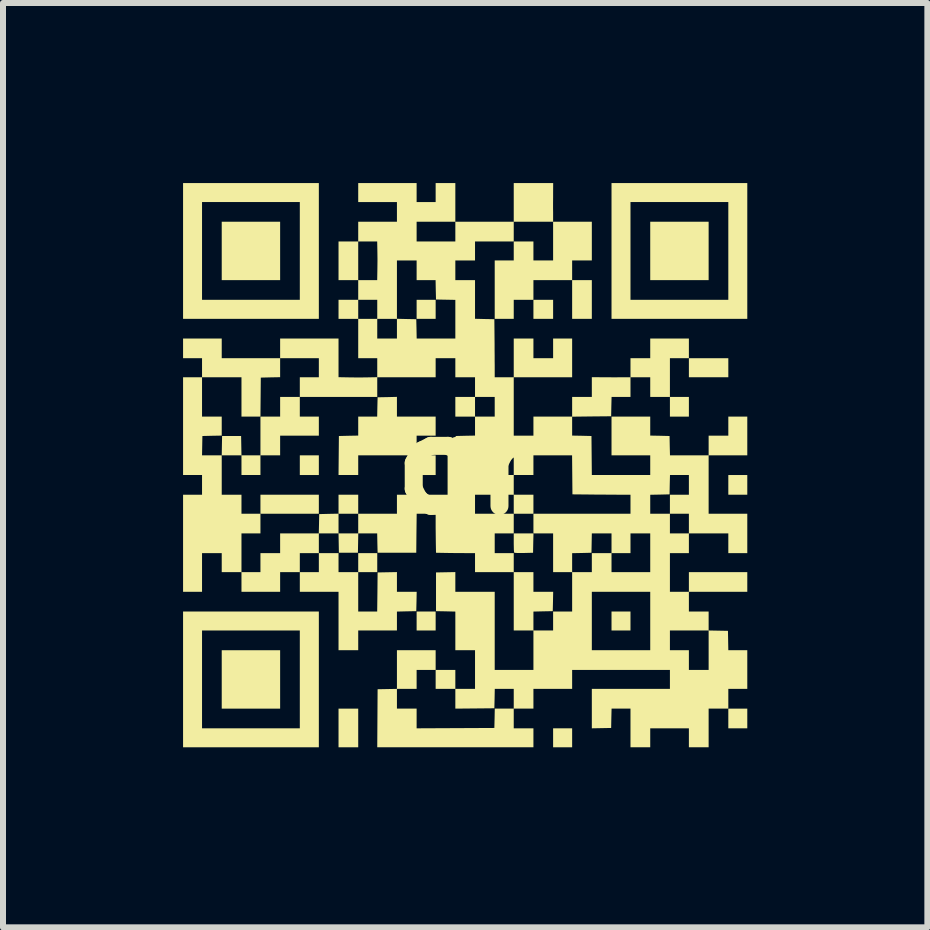
<source format=kicad_pcb>
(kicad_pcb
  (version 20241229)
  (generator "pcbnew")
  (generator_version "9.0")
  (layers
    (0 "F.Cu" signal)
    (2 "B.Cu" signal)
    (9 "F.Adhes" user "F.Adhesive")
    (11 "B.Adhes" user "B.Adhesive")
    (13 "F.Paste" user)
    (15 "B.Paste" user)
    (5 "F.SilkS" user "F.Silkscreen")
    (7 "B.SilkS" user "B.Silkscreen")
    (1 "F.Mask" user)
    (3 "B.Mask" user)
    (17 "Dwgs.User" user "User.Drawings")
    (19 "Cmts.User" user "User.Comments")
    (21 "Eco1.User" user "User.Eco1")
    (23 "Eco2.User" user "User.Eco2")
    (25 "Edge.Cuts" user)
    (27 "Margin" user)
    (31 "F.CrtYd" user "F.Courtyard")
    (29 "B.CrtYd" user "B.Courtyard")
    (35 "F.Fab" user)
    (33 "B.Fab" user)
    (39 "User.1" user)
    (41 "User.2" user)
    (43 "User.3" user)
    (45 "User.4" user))
  (footprint "qr"
    (layer "F.Cu")
    (at 4.7 4.7)
    (property "Reference" "qr" (at 0 0 0) (layer "F.SilkS") (effects (font (size 1.5 1.5) (thickness 0.3))))
    (attr board_only exclude_from_pos_files exclude_from_bom)
    (fp_poly (pts (xy -3.083 -3.569) (xy -3.083 -3.083) (xy -3.569 -3.083) (xy -4.056 -3.083) (xy -4.056 -3.569) (xy -4.056 -4.056) (xy -3.569 -4.056) (xy -3.083 -4.056)) (stroke (width 0) (type solid)) (fill yes) (layer "F.SilkS"))
    (fp_poly (pts (xy -3.083 3.569) (xy -3.083 4.056) (xy -3.569 4.056) (xy -4.056 4.056) (xy -4.056 3.569) (xy -4.056 3.083) (xy -3.569 3.083) (xy -3.083 3.083)) (stroke (width 0) (type solid)) (fill yes) (layer "F.SilkS"))
    (fp_poly (pts (xy -2.438 0) (xy -2.438 0.164) (xy -2.596 0.164) (xy -2.755 0.164) (xy -2.755 0) (xy -2.755 -0.164) (xy -2.596 -0.164) (xy -2.438 -0.164)) (stroke (width 0) (type solid)) (fill yes) (layer "F.SilkS"))
    (fp_poly (pts (xy -2.438 0.651) (xy -2.438 0.809) (xy -2.924 0.809) (xy -3.411 0.809) (xy -3.411 0.651) (xy -3.411 0.492) (xy -2.924 0.492) (xy -2.438 0.492)) (stroke (width 0) (type solid)) (fill yes) (layer "F.SilkS"))
    (fp_poly (pts (xy -1.782 0.651) (xy -1.782 0.809) (xy -1.946 0.809) (xy -2.11 0.809) (xy -2.11 0.651) (xy -2.11 0.492) (xy -1.946 0.492) (xy -1.782 0.492)) (stroke (width 0) (type solid)) (fill yes) (layer "F.SilkS"))
    (fp_poly (pts (xy -1.782 4.378) (xy -1.782 4.7) (xy -1.946 4.7) (xy -2.11 4.7) (xy -2.11 4.378) (xy -2.11 4.056) (xy -1.946 4.056) (xy -1.782 4.056)) (stroke (width 0) (type solid)) (fill yes) (layer "F.SilkS"))
    (fp_poly (pts (xy -0.492 -2.596) (xy -0.492 -2.438) (xy -0.651 -2.438) (xy -0.809 -2.438) (xy -0.809 -2.596) (xy -0.809 -2.755) (xy -0.651 -2.755) (xy -0.492 -2.755)) (stroke (width 0) (type solid)) (fill yes) (layer "F.SilkS"))
    (fp_poly (pts (xy -0.492 0) (xy -0.492 0.164) (xy -0.651 0.164) (xy -0.809 0.164) (xy -0.809 0) (xy -0.809 -0.164) (xy -0.651 -0.164) (xy -0.492 -0.164)) (stroke (width 0) (type solid)) (fill yes) (layer "F.SilkS"))
    (fp_poly (pts (xy -0.492 2.596) (xy -0.492 2.754) (xy -0.651 2.754) (xy -0.809 2.754) (xy -0.809 2.596) (xy -0.809 2.438) (xy -0.651 2.438) (xy -0.492 2.438)) (stroke (width 0) (type solid)) (fill yes) (layer "F.SilkS"))
    (fp_poly (pts (xy 0.164 -0.973) (xy 0.164 -0.809) (xy 0 -0.809) (xy -0.164 -0.809) (xy -0.164 -0.973) (xy -0.164 -1.137) (xy 0 -1.137) (xy 0.164 -1.137)) (stroke (width 0) (type solid)) (fill yes) (layer "F.SilkS"))
    (fp_poly (pts (xy 1.137 0.651) (xy 1.137 0.809) (xy 0.973 0.809) (xy 0.809 0.809) (xy 0.809 0.651) (xy 0.809 0.492) (xy 0.973 0.492) (xy 1.137 0.492)) (stroke (width 0) (type solid)) (fill yes) (layer "F.SilkS"))
    (fp_poly (pts (xy 1.465 -2.596) (xy 1.465 -2.438) (xy 1.301 -2.438) (xy 1.137 -2.438) (xy 1.137 -2.596) (xy 1.137 -2.755) (xy 1.301 -2.755) (xy 1.465 -2.755)) (stroke (width 0) (type solid)) (fill yes) (layer "F.SilkS"))
    (fp_poly (pts (xy 1.782 4.542) (xy 1.782 4.7) (xy 1.623 4.7) (xy 1.465 4.7) (xy 1.465 4.542) (xy 1.465 4.384) (xy 1.623 4.384) (xy 1.782 4.384)) (stroke (width 0) (type solid)) (fill yes) (layer "F.SilkS"))
    (fp_poly (pts (xy 2.11 -2.76) (xy 2.11 -2.438) (xy 1.946 -2.438) (xy 1.782 -2.438) (xy 1.782 -2.76) (xy 1.782 -3.083) (xy 1.946 -3.083) (xy 2.11 -3.083)) (stroke (width 0) (type solid)) (fill yes) (layer "F.SilkS"))
    (fp_poly (pts (xy 2.754 2.596) (xy 2.754 2.754) (xy 2.596 2.754) (xy 2.438 2.754) (xy 2.438 2.596) (xy 2.438 2.438) (xy 2.596 2.438) (xy 2.754 2.438)) (stroke (width 0) (type solid)) (fill yes) (layer "F.SilkS"))
    (fp_poly (pts (xy 3.727 -0.973) (xy 3.727 -0.809) (xy 3.569 -0.809) (xy 3.411 -0.809) (xy 3.411 -0.973) (xy 3.411 -1.137) (xy 3.569 -1.137) (xy 3.727 -1.137)) (stroke (width 0) (type solid)) (fill yes) (layer "F.SilkS"))
    (fp_poly (pts (xy 4.056 -3.569) (xy 4.056 -3.083) (xy 3.569 -3.083) (xy 3.083 -3.083) (xy 3.083 -3.569) (xy 3.083 -4.056) (xy 3.569 -4.056) (xy 4.056 -4.056)) (stroke (width 0) (type solid)) (fill yes) (layer "F.SilkS"))
    (fp_poly (pts (xy 4.384 -1.623) (xy 4.384 -1.465) (xy 4.056 -1.465) (xy 3.727 -1.465) (xy 3.727 -1.623) (xy 3.727 -1.782) (xy 4.056 -1.782) (xy 4.384 -1.782)) (stroke (width 0) (type solid)) (fill yes) (layer "F.SilkS"))
    (fp_poly (pts (xy 4.7 0.328) (xy 4.7 0.492) (xy 4.542 0.492) (xy 4.384 0.492) (xy 4.384 0.328) (xy 4.384 0.164) (xy 4.542 0.164) (xy 4.7 0.164)) (stroke (width 0) (type solid)) (fill yes) (layer "F.SilkS"))
    (fp_poly (pts (xy 4.7 4.22) (xy 4.7 4.384) (xy 4.542 4.384) (xy 4.384 4.384) (xy 4.384 4.22) (xy 4.384 4.056) (xy 4.542 4.056) (xy 4.7 4.056)) (stroke (width 0) (type solid)) (fill yes) (layer "F.SilkS"))
    (fp_poly (pts (xy 1.134 1.298) (xy 1.131 1.459) (xy 0.978 1.463) (xy 0.92 1.463) (xy 0.871 1.463) (xy 0.836 1.461) (xy 0.818 1.458) (xy 0.817 1.458) (xy 0.814 1.444) (xy 0.811 1.411) (xy 0.81 1.363) (xy 0.809 1.306) (xy 0.809 1.293) (xy 0.809 1.137) (xy 0.973 1.137) (xy 1.138 1.137)) (stroke (width 0) (type solid)) (fill yes) (layer "F.SilkS"))
    (fp_poly (pts (xy -2.438 -3.569) (xy -2.438 -2.438) (xy -3.569 -2.438) (xy -4.7 -2.438) (xy -4.7 -3.569) (xy -4.384 -3.569) (xy -4.384 -2.755) (xy -3.569 -2.755) (xy -2.755 -2.755) (xy -2.755 -3.569) (xy -2.755 -4.384) (xy -3.569 -4.384) (xy -4.384 -4.384) (xy -4.384 -3.569) (xy -4.7 -3.569) (xy -4.7 -4.7) (xy -3.569 -4.7) (xy -2.438 -4.7)) (stroke (width 0) (type solid)) (fill yes) (layer "F.SilkS"))
    (fp_poly (pts (xy -2.438 3.569) (xy -2.438 4.7) (xy -3.569 4.7) (xy -4.7 4.7) (xy -4.7 3.569) (xy -4.384 3.569) (xy -4.384 4.384) (xy -3.569 4.384) (xy -2.755 4.384) (xy -2.755 3.569) (xy -2.755 2.754) (xy -3.569 2.754) (xy -4.384 2.754) (xy -4.384 3.569) (xy -4.7 3.569) (xy -4.7 2.438) (xy -3.569 2.438) (xy -2.438 2.438)) (stroke (width 0) (type solid)) (fill yes) (layer "F.SilkS"))
    (fp_poly (pts (xy 4.7 -3.569) (xy 4.7 -2.438) (xy 3.569 -2.438) (xy 2.438 -2.438) (xy 2.438 -3.569) (xy 2.754 -3.569) (xy 2.754 -2.755) (xy 3.569 -2.755) (xy 4.384 -2.755) (xy 4.384 -3.569) (xy 4.384 -4.384) (xy 3.569 -4.384) (xy 2.754 -4.384) (xy 2.754 -3.569) (xy 2.438 -3.569) (xy 2.438 -4.7) (xy 3.569 -4.7) (xy 4.7 -4.7)) (stroke (width 0) (type solid)) (fill yes) (layer "F.SilkS"))
    (fp_poly (pts (xy -1.137 -0.973) (xy -1.137 -0.809) (xy -0.815 -0.809) (xy -0.492 -0.809) (xy -0.492 -0.651) (xy -0.492 -0.492) (xy -0.651 -0.492) (xy -0.809 -0.492) (xy -0.809 -0.328) (xy -0.809 -0.164) (xy -1.295 -0.164) (xy -1.782 -0.164) (xy -1.782 0) (xy -1.782 0.164) (xy -1.946 0.164) (xy -2.11 0.164) (xy -2.107 -0.161) (xy -2.104 -0.486) (xy -1.943 -0.49) (xy -1.782 -0.493) (xy -1.782 -0.651) (xy -1.782 -0.809) (xy -1.624 -0.809) (xy -1.466 -0.809) (xy -1.463 -0.97) (xy -1.459 -1.131) (xy -1.298 -1.134) (xy -1.137 -1.138)) (stroke (width 0) (type solid)) (fill yes) (layer "F.SilkS"))
    (fp_poly (pts (xy 2.11 -3.733) (xy 2.11 -3.411) (xy 1.946 -3.411) (xy 1.782 -3.411) (xy 1.782 -3.247) (xy 1.782 -3.083) (xy 1.459 -3.083) (xy 1.137 -3.083) (xy 1.137 -2.919) (xy 1.137 -2.755) (xy 0.973 -2.755) (xy 0.809 -2.755) (xy 0.809 -2.596) (xy 0.809 -2.438) (xy 0.651 -2.438) (xy 0.492 -2.438) (xy 0.492 -2.924) (xy 0.492 -3.411) (xy 0.651 -3.411) (xy 0.809 -3.411) (xy 0.809 -3.569) (xy 0.809 -3.727) (xy 0.973 -3.727) (xy 1.137 -3.727) (xy 1.137 -3.569) (xy 1.137 -3.411) (xy 1.301 -3.411) (xy 1.465 -3.411) (xy 1.465 -3.733) (xy 1.465 -4.056) (xy 1.787 -4.056) (xy 2.11 -4.056)) (stroke (width 0) (type solid)) (fill yes) (layer "F.SilkS"))
    (fp_poly (pts (xy -2.755 -0.973) (xy -2.755 -0.809) (xy -2.596 -0.809) (xy -2.438 -0.809) (xy -2.438 -0.651) (xy -2.438 -0.492) (xy -2.76 -0.492) (xy -3.083 -0.492) (xy -3.083 -0.328) (xy -3.083 -0.164) (xy -3.247 -0.164) (xy -3.411 -0.164) (xy -3.411 0) (xy -3.411 0.164) (xy -3.569 0.164) (xy -3.727 0.164) (xy -3.727 0) (xy -3.727 -0.164) (xy -3.892 -0.164) (xy -4.056 -0.164) (xy -4.053 -0.325) (xy -4.05 -0.486) (xy -3.891 -0.486) (xy -3.733 -0.486) (xy -3.73 -0.325) (xy -3.727 -0.164) (xy -3.569 -0.164) (xy -3.411 -0.164) (xy -3.411 -0.486) (xy -3.411 -0.809) (xy -3.247 -0.809) (xy -3.083 -0.809) (xy -3.083 -0.973) (xy -3.083 -1.137) (xy -2.919 -1.137) (xy -2.755 -1.137)) (stroke (width 0) (type solid)) (fill yes) (layer "F.SilkS"))
    (fp_poly (pts (xy -0.809 -4.542) (xy -0.809 -4.384) (xy -0.651 -4.384) (xy -0.492 -4.384) (xy -0.492 -4.542) (xy -0.492 -4.7) (xy -0.328 -4.7) (xy -0.164 -4.7) (xy -0.164 -4.378) (xy -0.164 -4.056) (xy 0.322 -4.056) (xy 0.809 -4.056) (xy 0.809 -4.378) (xy 0.809 -4.7) (xy 1.138 -4.7) (xy 1.466 -4.7) (xy 1.465 -4.539) (xy 1.465 -4.459) (xy 1.464 -4.369) (xy 1.464 -4.279) (xy 1.465 -4.217) (xy 1.465 -4.056) (xy 1.137 -4.056) (xy 0.809 -4.056) (xy 0.809 -3.891) (xy 0.809 -3.727) (xy 0.486 -3.727) (xy 0.164 -3.727) (xy 0.164 -3.569) (xy 0.164 -3.411) (xy 0 -3.411) (xy -0.164 -3.411) (xy -0.164 -3.247) (xy -0.164 -3.083) (xy 0 -3.083) (xy 0.164 -3.083) (xy 0.164 -2.761) (xy 0.164 -2.439) (xy 0.325 -2.435) (xy 0.486 -2.432) (xy 0.489 -2.11) (xy 0.49 -2.014) (xy 0.49 -1.917) (xy 0.491 -1.823) (xy 0.491 -1.738) (xy 0.492 -1.667) (xy 0.492 -1.626) (xy 0.492 -1.465) (xy 0.651 -1.465) (xy 0.809 -1.465) (xy 0.809 -1.787) (xy 0.809 -2.11) (xy 0.973 -2.11) (xy 1.137 -2.11) (xy 1.137 -1.946) (xy 1.137 -1.782) (xy 1.301 -1.782) (xy 1.465 -1.782) (xy 1.465 -1.946) (xy 1.465 -2.11) (xy 1.623 -2.11) (xy 1.782 -2.11) (xy 1.782 -1.787) (xy 1.782 -1.465) (xy 1.295 -1.465) (xy 0.809 -1.465) (xy 0.809 -0.979) (xy 0.809 -0.492) (xy 0.973 -0.492) (xy 1.137 -0.492) (xy 1.137 -0.651) (xy 1.137 -0.809) (xy 1.459 -0.809) (xy 1.782 -0.809) (xy 1.782 -0.973) (xy 1.782 -1.137) (xy 1.946 -1.137) (xy 2.11 -1.137) (xy 2.11 -1.302) (xy 2.11 -1.466) (xy 2.271 -1.465) (xy 2.351 -1.465) (xy 2.441 -1.464) (xy 2.531 -1.464) (xy 2.593 -1.465) (xy 2.754 -1.465) (xy 2.754 -1.623) (xy 2.754 -1.782) (xy 2.919 -1.782) (xy 3.083 -1.782) (xy 3.083 -1.946) (xy 3.083 -2.11) (xy 3.405 -2.11) (xy 3.727 -2.11) (xy 3.727 -1.946) (xy 3.727 -1.782) (xy 3.569 -1.782) (xy 3.411 -1.782) (xy 3.411 -1.459) (xy 3.411 -1.137) (xy 3.247 -1.137) (xy 3.083 -1.137) (xy 3.083 -1.301) (xy 3.083 -1.465) (xy 2.919 -1.465) (xy 2.754 -1.465) (xy 2.754 -1.301) (xy 2.754 -1.137) (xy 2.597 -1.137) (xy 2.439 -1.137) (xy 2.435 -0.976) (xy 2.432 -0.815) (xy 2.107 -0.812) (xy 1.782 -0.808) (xy 1.782 -0.651) (xy 1.782 -0.493) (xy 1.943 -0.49) (xy 2.104 -0.486) (xy 2.107 -0.161) (xy 2.11 0.164) (xy 2.596 0.164) (xy 3.083 0.164) (xy 3.083 0) (xy 3.083 -0.164) (xy 2.76 -0.164) (xy 2.438 -0.164) (xy 2.438 -0.486) (xy 2.438 -0.809) (xy 2.76 -0.809) (xy 3.083 -0.809) (xy 3.083 -0.651) (xy 3.083 -0.493) (xy 3.244 -0.49) (xy 3.405 -0.486) (xy 3.408 -0.325) (xy 3.412 -0.164) (xy 3.734 -0.164) (xy 4.056 -0.164) (xy 4.056 -0.328) (xy 4.056 -0.492) (xy 4.22 -0.492) (xy 4.384 -0.492) (xy 4.384 -0.651) (xy 4.384 -0.809) (xy 4.542 -0.809) (xy 4.7 -0.809) (xy 4.7 -0.486) (xy 4.7 -0.164) (xy 4.378 -0.164) (xy 4.056 -0.164) (xy 4.056 0.322) (xy 4.056 0.809) (xy 4.378 0.809) (xy 4.7 0.809) (xy 4.7 1.137) (xy 4.7 1.465) (xy 4.542 1.465) (xy 4.384 1.465) (xy 4.384 1.301) (xy 4.384 1.137) (xy 4.056 1.137) (xy 3.727 1.137) (xy 3.727 1.301) (xy 3.727 1.465) (xy 3.569 1.465) (xy 3.411 1.465) (xy 3.411 1.787) (xy 3.411 2.11) (xy 3.569 2.11) (xy 3.727 2.11) (xy 3.727 1.946) (xy 3.727 1.782) (xy 4.214 1.782) (xy 4.7 1.782) (xy 4.7 1.946) (xy 4.7 2.11) (xy 4.214 2.11) (xy 3.727 2.11) (xy 3.727 2.274) (xy 3.727 2.438) (xy 3.891 2.438) (xy 4.056 2.438) (xy 4.056 2.596) (xy 4.056 2.754) (xy 4.217 2.757) (xy 4.378 2.76) (xy 4.381 2.922) (xy 4.384 3.083) (xy 4.542 3.083) (xy 4.7 3.083) (xy 4.7 3.405) (xy 4.7 3.727) (xy 4.542 3.727) (xy 4.384 3.727) (xy 4.384 3.891) (xy 4.384 4.056) (xy 4.22 4.056) (xy 4.056 4.056) (xy 4.056 4.378) (xy 4.056 4.7) (xy 3.891 4.7) (xy 3.727 4.7) (xy 3.727 4.542) (xy 3.727 4.384) (xy 3.405 4.384) (xy 3.083 4.384) (xy 3.083 4.542) (xy 3.083 4.7) (xy 2.919 4.7) (xy 2.754 4.7) (xy 2.754 4.378) (xy 2.754 4.056) (xy 2.597 4.056) (xy 2.439 4.056) (xy 2.435 4.217) (xy 2.432 4.378) (xy 2.271 4.381) (xy 2.11 4.384) (xy 2.11 4.056) (xy 2.11 3.727) (xy 2.76 3.727) (xy 3.411 3.727) (xy 3.411 3.569) (xy 3.411 3.411) (xy 2.596 3.411) (xy 1.782 3.411) (xy 1.782 3.569) (xy 1.782 3.727) (xy 1.459 3.727) (xy 1.137 3.727) (xy 1.137 3.891) (xy 1.137 4.056) (xy 0.973 4.056) (xy 0.809 4.056) (xy 0.809 4.22) (xy 0.809 4.384) (xy 0.973 4.384) (xy 1.137 4.384) (xy 1.137 4.542) (xy 1.137 4.7) (xy -0.164 4.7) (xy -1.465 4.7) (xy -1.462 4.217) (xy -1.459 3.733) (xy -1.298 3.73) (xy -1.137 3.727) (xy -1.137 3.405) (xy -1.137 3.083) (xy -0.815 3.083) (xy -0.492 3.083) (xy -0.492 3.247) (xy -0.492 3.411) (xy -0.651 3.411) (xy -0.809 3.411) (xy -0.809 3.569) (xy -0.809 3.727) (xy -0.973 3.727) (xy -1.137 3.727) (xy -1.137 3.891) (xy -1.137 4.056) (xy -0.973 4.056) (xy -0.809 4.056) (xy -0.809 4.22) (xy -0.809 4.384) (xy -0.161 4.381) (xy 0.486 4.378) (xy 0.49 4.217) (xy 0.493 4.056) (xy 0.651 4.056) (xy 0.809 4.056) (xy 0.809 3.891) (xy 0.809 3.727) (xy 0.651 3.727) (xy 0.493 3.727) (xy 0.49 3.889) (xy 0.486 4.05) (xy 0.161 4.053) (xy -0.164 4.056) (xy -0.164 3.892) (xy -0.164 3.727) (xy -0.328 3.727) (xy -0.492 3.727) (xy -0.492 3.569) (xy -0.492 3.411) (xy -0.328 3.411) (xy -0.164 3.411) (xy -0.164 3.569) (xy -0.164 3.727) (xy 0 3.727) (xy 0.164 3.727) (xy 0.164 3.405) (xy 0.164 3.083) (xy 0 3.083) (xy -0.164 3.083) (xy -0.164 2.761) (xy -0.164 2.439) (xy -0.325 2.435) (xy -0.486 2.432) (xy -0.486 2.11) (xy -0.486 1.787) (xy -0.325 1.784) (xy -0.164 1.781) (xy -0.164 1.945) (xy -0.164 2.11) (xy 0.164 2.11) (xy 0.492 2.11) (xy 0.492 2.593) (xy 0.492 2.706) (xy 0.492 2.817) (xy 0.492 2.925) (xy 0.492 3.024) (xy 0.492 3.112) (xy 0.492 3.184) (xy 0.492 3.237) (xy 0.492 3.244) (xy 0.492 3.411) (xy 0.815 3.411) (xy 1.137 3.411) (xy 1.137 3.083) (xy 1.137 2.754) (xy 0.973 2.754) (xy 0.809 2.754) (xy 0.809 2.268) (xy 0.809 1.782) (xy 0.973 1.782) (xy 1.137 1.782) (xy 1.137 1.946) (xy 1.137 2.11) (xy 1.301 2.11) (xy 1.466 2.11) (xy 1.463 2.271) (xy 1.459 2.432) (xy 1.298 2.435) (xy 1.137 2.439) (xy 1.137 2.597) (xy 1.137 2.754) (xy 1.301 2.754) (xy 1.465 2.754) (xy 1.465 2.596) (xy 2.11 2.596) (xy 2.11 3.083) (xy 2.596 3.083) (xy 3.083 3.083) (xy 3.083 2.919) (xy 3.411 2.919) (xy 3.411 3.083) (xy 3.569 3.083) (xy 3.727 3.083) (xy 3.727 3.247) (xy 3.727 3.411) (xy 3.891 3.411) (xy 4.056 3.411) (xy 4.056 3.083) (xy 4.056 2.754) (xy 3.733 2.754) (xy 3.411 2.754) (xy 3.411 2.919) (xy 3.083 2.919) (xy 3.083 2.596) (xy 3.083 2.11) (xy 2.596 2.11) (xy 2.11 2.11) (xy 2.11 2.596) (xy 1.465 2.596) (xy 1.465 2.438) (xy 1.623 2.438) (xy 1.782 2.438) (xy 1.782 2.11) (xy 1.782 1.782) (xy 1.946 1.782) (xy 2.11 1.782) (xy 2.11 1.623) (xy 2.11 1.465) (xy 2.274 1.465) (xy 2.438 1.465) (xy 2.438 1.623) (xy 2.438 1.782) (xy 2.76 1.782) (xy 3.083 1.782) (xy 3.083 1.459) (xy 3.083 1.137) (xy 2.919 1.137) (xy 2.754 1.137) (xy 2.754 1.301) (xy 2.754 1.465) (xy 2.596 1.465) (xy 2.438 1.465) (xy 2.438 1.301) (xy 2.438 1.137) (xy 2.274 1.137) (xy 2.11 1.137) (xy 2.107 1.298) (xy 2.104 1.459) (xy 1.943 1.463) (xy 1.782 1.466) (xy 1.782 1.624) (xy 1.782 1.782) (xy 1.623 1.782) (xy 1.465 1.782) (xy 1.465 1.459) (xy 1.465 1.137) (xy 1.301 1.137) (xy 1.137 1.137) (xy 1.137 0.973) (xy 3.411 0.973) (xy 3.411 1.137) (xy 3.569 1.137) (xy 3.727 1.137) (xy 3.727 0.973) (xy 3.727 0.809) (xy 3.569 0.809) (xy 3.411 0.809) (xy 3.411 0.973) (xy 1.137 0.973) (xy 1.137 0.809) (xy 1.946 0.809) (xy 2.754 0.809) (xy 2.754 0.651) (xy 2.754 0.493) (xy 3.083 0.493) (xy 3.083 0.651) (xy 3.083 0.809) (xy 3.247 0.809) (xy 3.411 0.809) (xy 3.411 0.651) (xy 3.411 0.492) (xy 3.569 0.492) (xy 3.727 0.492) (xy 3.727 0.328) (xy 3.727 0.164) (xy 3.569 0.164) (xy 3.412 0.164) (xy 3.408 0.325) (xy 3.405 0.486) (xy 3.244 0.49) (xy 3.083 0.493) (xy 2.754 0.493) (xy 2.754 0.492) (xy 2.593 0.492) (xy 2.536 0.492) (xy 2.461 0.491) (xy 2.373 0.491) (xy 2.278 0.49) (xy 2.18 0.49) (xy 2.11 0.489) (xy 1.787 0.486) (xy 1.784 0.161) (xy 1.781 -0.164) (xy 1.459 -0.164) (xy 1.137 -0.164) (xy 1.137 0) (xy 1.137 0.164) (xy 0.973 0.164) (xy 0.809 0.164) (xy 0.809 0) (xy 0.809 -0.164) (xy 0.651 -0.164) (xy 0.492 -0.164) (xy 0.492 0) (xy 0.492 0.164) (xy 0.651 0.164) (xy 0.809 0.164) (xy 0.809 0.329) (xy 0.809 0.493) (xy 0.648 0.492) (xy 0.568 0.492) (xy 0.477 0.492) (xy 0.388 0.492) (xy 0.325 0.492) (xy 0.164 0.492) (xy 0.164 0.651) (xy 0.164 0.809) (xy 0.486 0.809) (xy 0.809 0.809) (xy 0.809 0.973) (xy 0.809 1.137) (xy 0.651 1.137) (xy 0.492 1.137) (xy 0.492 1.301) (xy 0.492 1.465) (xy 0.651 1.465) (xy 0.809 1.465) (xy 0.809 1.623) (xy 0.809 1.782) (xy 0.486 1.782) (xy 0.164 1.782) (xy 0.164 1.623) (xy 0.164 1.465) (xy 0.003 1.465) (xy -0.076 1.464) (xy -0.166 1.464) (xy -0.256 1.463) (xy -0.322 1.462) (xy -0.486 1.459) (xy -0.489 1.295) (xy -0.49 1.215) (xy -0.491 1.125) (xy -0.492 1.035) (xy -0.492 0.97) (xy -0.492 0.809) (xy -0.65 0.809) (xy -0.808 0.809) (xy -0.812 1.134) (xy -0.815 1.459) (xy -1.137 1.459) (xy -1.459 1.459) (xy -1.463 1.298) (xy -1.466 1.137) (xy -1.623 1.137) (xy -1.781 1.137) (xy -1.784 1.298) (xy -1.787 1.459) (xy -1.946 1.459) (xy -2.104 1.459) (xy -2.107 1.298) (xy -2.11 1.137) (xy -2.274 1.137) (xy -2.438 1.137) (xy -2.438 1.301) (xy -2.438 1.465) (xy -2.596 1.465) (xy -2.755 1.465) (xy -2.755 1.623) (xy -2.755 1.782) (xy -2.596 1.782) (xy -2.438 1.782) (xy -2.438 1.623) (xy -2.438 1.465) (xy -2.274 1.465) (xy -2.11 1.465) (xy -2.11 1.623) (xy -2.11 1.782) (xy -1.946 1.782) (xy -1.782 1.782) (xy -1.782 1.623) (xy -1.782 1.465) (xy -1.623 1.465) (xy -1.465 1.465) (xy -1.465 1.623) (xy -1.465 1.782) (xy -1.623 1.782) (xy -1.782 1.782) (xy -1.782 2.11) (xy -1.782 2.438) (xy -1.624 2.438) (xy -1.466 2.438) (xy -1.462 2.113) (xy -1.459 1.787) (xy -1.298 1.784) (xy -1.137 1.781) (xy -1.137 1.945) (xy -1.137 2.11) (xy -0.973 2.11) (xy -0.808 2.11) (xy -0.811 2.271) (xy -0.815 2.432) (xy -0.976 2.435) (xy -1.137 2.439) (xy -1.137 2.597) (xy -1.137 2.754) (xy -1.459 2.754) (xy -1.782 2.754) (xy -1.782 2.919) (xy -1.782 3.083) (xy -1.946 3.083) (xy -2.11 3.083) (xy -2.11 2.596) (xy -2.11 2.11) (xy -2.432 2.11) (xy -2.755 2.11) (xy -2.755 1.946) (xy -2.755 1.782) (xy -2.919 1.782) (xy -3.083 1.782) (xy -3.083 1.946) (xy -3.083 2.11) (xy -3.405 2.11) (xy -3.727 2.11) (xy -3.727 1.946) (xy -3.727 1.782) (xy -3.891 1.782) (xy -4.056 1.782) (xy -4.056 1.623) (xy -4.056 1.465) (xy -4.22 1.465) (xy -4.384 1.465) (xy -4.384 1.787) (xy -4.384 2.11) (xy -4.542 2.11) (xy -4.7 2.11) (xy -4.7 1.301) (xy -4.7 0.492) (xy -4.542 0.492) (xy -4.384 0.492) (xy -4.384 0.328) (xy -4.384 0.164) (xy -4.542 0.164) (xy -4.7 0.164) (xy -4.7 -0.164) (xy -4.384 -0.164) (xy -4.22 -0.164) (xy -4.056 -0.164) (xy -4.056 0.164) (xy -4.056 0.492) (xy -3.891 0.492) (xy -3.727 0.492) (xy -3.727 0.651) (xy -3.727 0.809) (xy -3.569 0.809) (xy -3.411 0.809) (xy -3.411 0.973) (xy -3.411 1.137) (xy -3.569 1.137) (xy -3.727 1.137) (xy -3.727 1.459) (xy -3.727 1.782) (xy -3.569 1.782) (xy -3.411 1.782) (xy -3.411 1.623) (xy -3.411 1.465) (xy -3.247 1.465) (xy -3.083 1.465) (xy -3.083 1.301) (xy -3.083 1.137) (xy -2.761 1.137) (xy -2.439 1.137) (xy -2.435 0.976) (xy -2.432 0.815) (xy -2.271 0.811) (xy -2.11 0.808) (xy -2.11 0.973) (xy -2.11 1.137) (xy -1.946 1.137) (xy -1.782 1.137) (xy -1.782 0.973) (xy -1.782 0.809) (xy -1.459 0.809) (xy -1.137 0.809) (xy -1.137 0.651) (xy -1.137 0.492) (xy -0.651 0.492) (xy -0.164 0.492) (xy -0.161 0.003) (xy -0.158 -0.486) (xy 0.003 -0.49) (xy 0.164 -0.493) (xy 0.164 -0.651) (xy 0.164 -0.809) (xy 0.328 -0.809) (xy 0.492 -0.809) (xy 0.492 -0.973) (xy 0.492 -1.137) (xy 0.328 -1.137) (xy 0.164 -1.137) (xy 0.164 -1.301) (xy 0.164 -1.465) (xy 0 -1.465) (xy -0.164 -1.465) (xy -0.164 -1.623) (xy -0.164 -1.782) (xy -0.328 -1.782) (xy -0.492 -1.782) (xy -0.492 -1.623) (xy -0.492 -1.465) (xy -0.979 -1.465) (xy -1.465 -1.465) (xy -1.465 -1.301) (xy -1.465 -1.137) (xy -2.11 -1.137) (xy -2.755 -1.137) (xy -2.755 -1.301) (xy -2.755 -1.465) (xy -2.596 -1.465) (xy -2.438 -1.465) (xy -2.438 -1.623) (xy -2.438 -1.782) (xy -2.76 -1.782) (xy -3.083 -1.782) (xy -3.083 -1.624) (xy -3.083 -1.466) (xy -3.244 -1.463) (xy -3.405 -1.459) (xy -3.408 -1.134) (xy -3.411 -0.809) (xy -3.569 -0.809) (xy -3.727 -0.809) (xy -3.727 -1.137) (xy -3.727 -1.465) (xy -4.056 -1.465) (xy -4.384 -1.465) (xy -4.384 -1.137) (xy -4.384 -0.809) (xy -4.22 -0.809) (xy -4.056 -0.809) (xy -4.056 -0.651) (xy -4.056 -0.493) (xy -4.217 -0.49) (xy -4.378 -0.486) (xy -4.381 -0.325) (xy -4.384 -0.164) (xy -4.7 -0.164) (xy -4.7 -0.651) (xy -4.7 -1.465) (xy -4.542 -1.465) (xy -4.384 -1.465) (xy -4.384 -1.623) (xy -4.384 -1.782) (xy -4.542 -1.782) (xy -4.7 -1.782) (xy -4.7 -1.946) (xy -4.7 -2.11) (xy -4.378 -2.11) (xy -4.056 -2.11) (xy -4.056 -1.946) (xy -4.056 -1.782) (xy -3.569 -1.782) (xy -3.083 -1.782) (xy -3.083 -1.946) (xy -3.083 -2.11) (xy -2.596 -2.11) (xy -2.11 -2.11) (xy -2.11 -1.788) (xy -2.11 -1.466) (xy -1.943 -1.463) (xy -1.864 -1.462) (xy -1.775 -1.461) (xy -1.688 -1.462) (xy -1.62 -1.463) (xy -1.465 -1.466) (xy -1.465 -1.624) (xy -1.465 -1.782) (xy -1.623 -1.782) (xy -1.782 -1.782) (xy -1.782 -2.11) (xy -1.782 -2.274) (xy -1.465 -2.274) (xy -1.465 -2.11) (xy -1.301 -2.11) (xy -1.137 -2.11) (xy -1.137 -2.274) (xy -1.137 -2.438) (xy -1.301 -2.438) (xy -1.465 -2.438) (xy -1.465 -2.274) (xy -1.782 -2.274) (xy -1.782 -2.438) (xy -1.623 -2.438) (xy -1.465 -2.438) (xy -1.465 -2.596) (xy -1.465 -2.755) (xy -1.623 -2.755) (xy -1.782 -2.755) (xy -1.782 -2.596) (xy -1.782 -2.438) (xy -1.946 -2.438) (xy -2.11 -2.438) (xy -2.11 -2.596) (xy -2.11 -2.755) (xy -1.946 -2.755) (xy -1.782 -2.755) (xy -1.782 -2.919) (xy -1.782 -2.924) (xy -1.137 -2.924) (xy -1.137 -2.439) (xy -0.976 -2.435) (xy -0.815 -2.432) (xy -0.811 -2.271) (xy -0.808 -2.11) (xy -0.486 -2.11) (xy -0.164 -2.11) (xy -0.164 -2.432) (xy -0.164 -2.754) (xy -0.325 -2.757) (xy -0.486 -2.76) (xy -0.49 -2.922) (xy -0.493 -3.083) (xy -0.651 -3.083) (xy -0.809 -3.083) (xy -0.809 -3.247) (xy -0.809 -3.411) (xy -0.973 -3.411) (xy -1.137 -3.411) (xy -1.137 -2.924) (xy -1.782 -2.924) (xy -1.782 -3.083) (xy -1.946 -3.083) (xy -2.11 -3.083) (xy -2.11 -3.405) (xy -1.782 -3.405) (xy -1.782 -3.083) (xy -1.624 -3.083) (xy -1.466 -3.083) (xy -1.463 -3.25) (xy -1.462 -3.329) (xy -1.461 -3.417) (xy -1.462 -3.504) (xy -1.463 -3.572) (xy -1.466 -3.727) (xy -1.624 -3.727) (xy -1.782 -3.727) (xy -1.782 -3.405) (xy -2.11 -3.405) (xy -2.11 -3.727) (xy -1.946 -3.727) (xy -1.782 -3.727) (xy -1.782 -3.891) (xy -0.809 -3.891) (xy -0.809 -3.727) (xy -0.486 -3.727) (xy -0.164 -3.727) (xy -0.164 -3.891) (xy -0.164 -4.056) (xy -0.486 -4.056) (xy -0.809 -4.056) (xy -0.809 -3.891) (xy -1.782 -3.891) (xy -1.782 -4.056) (xy -1.459 -4.056) (xy -1.137 -4.056) (xy -1.137 -4.22) (xy -1.137 -4.384) (xy -1.459 -4.384) (xy -1.782 -4.384) (xy -1.782 -4.542) (xy -1.782 -4.7) (xy -1.295 -4.7) (xy -0.809 -4.7)) (stroke (width 0) (type solid)) (fill yes) (layer "F.SilkS")))
  (gr_rect
    (start -3 -3)
    (end 12.4 12.4)
    (stroke (width 0.1) (type default))
    (fill no)
    (layer "Edge.Cuts")))
</source>
